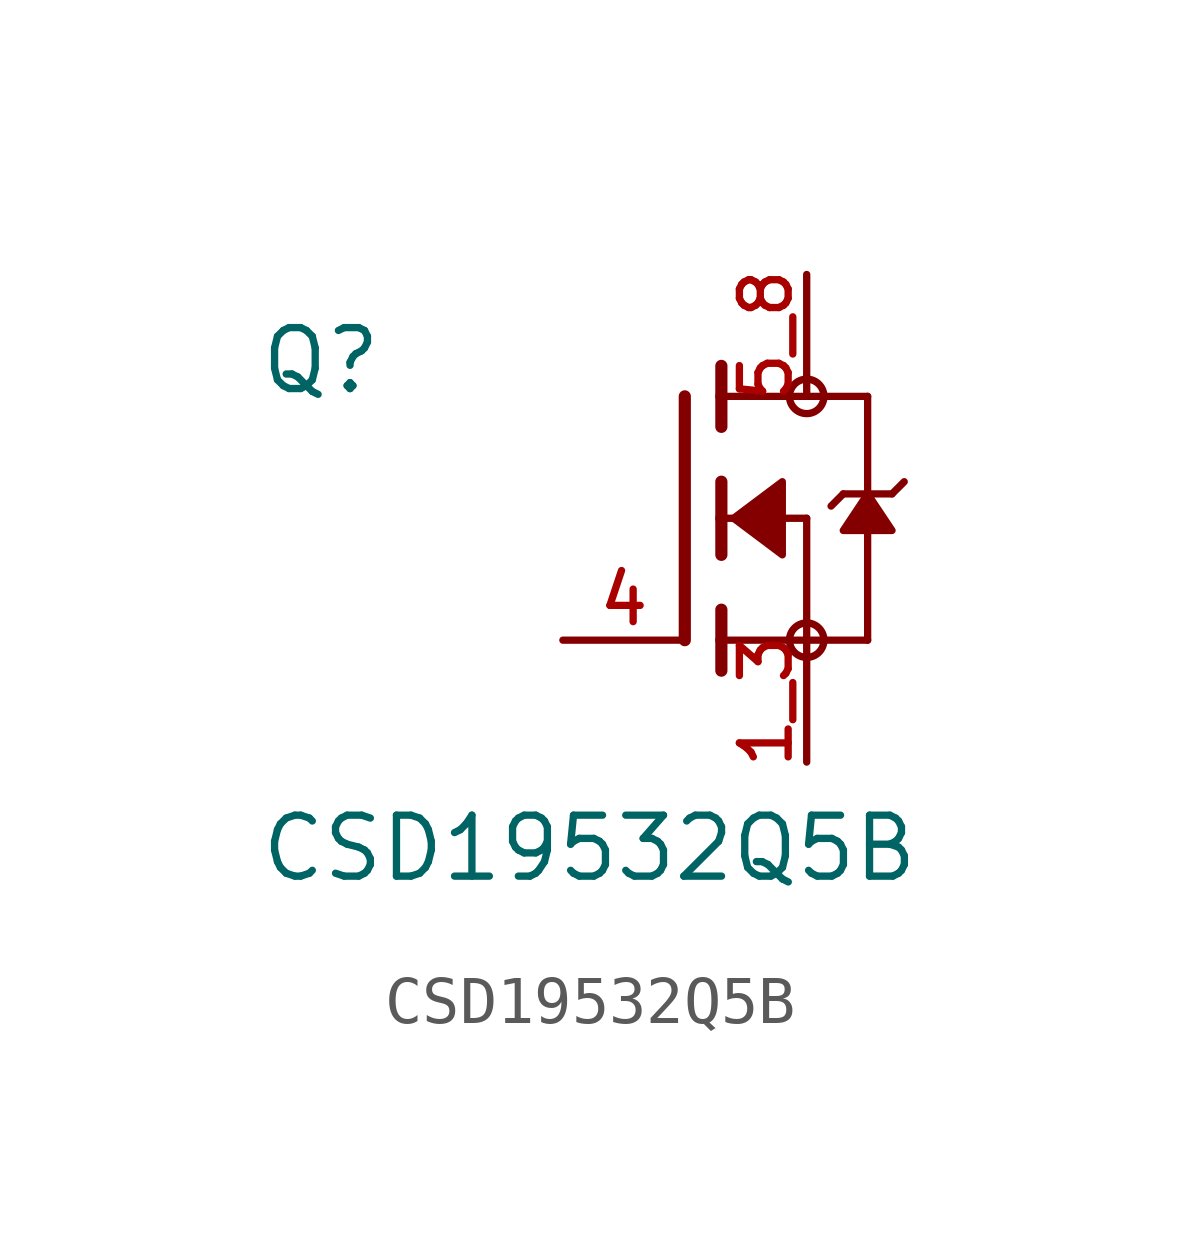
<source format=kicad_sym>
(kicad_symbol_lib
  (version 20241209)
  (generator "kicad_symbol_editor")
  (generator_version "9.0")
  (symbol "CSD19532Q5B"
    (pin_names
      (offset 1.016))
    (property "Reference" "Q"
      (at -8.89 2.54 0)
      (effects (font (size 1.27 1.27)) (justify left bottom)))
    (property "Value" "CSD19532Q5B"
      (at -8.89 -7.62 0)
      (effects (font (size 1.27 1.27)) (justify left bottom)))
    (symbol "CSD19532Q5B_0_0"
      (polyline (pts (xy 0 2.54) (xy 0 -2.54)) (stroke (width 0.254) (type default)) (fill (type none)))
      (polyline (pts (xy 0.762 3.175) (xy 0.762 2.54)) (stroke (width 0.254) (type default)) (fill (type none)))
      (polyline (pts (xy 0.762 2.54) (xy 0.762 1.905)) (stroke (width 0.254) (type default)) (fill (type none)))
      (polyline (pts (xy 0.762 2.54) (xy 3.81 2.54)) (stroke (width 0.152) (type default)) (fill (type none)))
      (polyline (pts (xy 0.762 0.762) (xy 0.762 0)) (stroke (width 0.254) (type default)) (fill (type none)))
      (polyline (pts (xy 0.762 0) (xy 0.762 -0.762)) (stroke (width 0.254) (type default)) (fill (type none)))
      (polyline (pts (xy 0.762 0) (xy 2.54 0)) (stroke (width 0.152) (type default)) (fill (type none)))
      (polyline (pts (xy 0.762 -1.905) (xy 0.762 -2.54)) (stroke (width 0.254) (type default)) (fill (type none)))
      (polyline (pts (xy 0.762 -2.54) (xy 0.762 -3.175)) (stroke (width 0.254) (type default)) (fill (type none)))
      (polyline (pts (xy 1.016 0) (xy 2.032 0.762) (xy 2.032 -0.762) (xy 1.016 0)) (stroke (width 0.152) (type default)) (fill (type outline)))
      (circle (center 2.54 2.54) (radius 0.359) (stroke (width 0) (type default)) (fill (type none)))
      (polyline (pts (xy 2.54 0) (xy 2.54 -2.54)) (stroke (width 0.152) (type default)) (fill (type none)))
      (polyline (pts (xy 2.54 -2.54) (xy 0.762 -2.54)) (stroke (width 0.152) (type default)) (fill (type none)))
      (polyline (pts (xy 2.54 -2.54) (xy 3.81 -2.54)) (stroke (width 0.152) (type default)) (fill (type none)))
      (circle (center 2.54 -2.54) (radius 0.359) (stroke (width 0) (type default)) (fill (type none)))
      (polyline (pts (xy 3.302 0.508) (xy 3.048 0.254)) (stroke (width 0.152) (type default)) (fill (type none)))
      (polyline (pts (xy 3.81 2.54) (xy 3.81 0.508)) (stroke (width 0.152) (type default)) (fill (type none)))
      (polyline (pts (xy 3.81 0.508) (xy 3.302 0.508)) (stroke (width 0.152) (type default)) (fill (type none)))
      (polyline (pts (xy 3.81 0.508) (xy 3.81 -2.54)) (stroke (width 0.152) (type default)) (fill (type none)))
      (polyline (pts (xy 3.81 0.508) (xy 3.302 -0.254) (xy 4.318 -0.254) (xy 3.81 0.508)) (stroke (width 0.152) (type default)) (fill (type outline)))
      (polyline (pts (xy 4.318 0.508) (xy 3.81 0.508)) (stroke (width 0.152) (type default)) (fill (type none)))
      (polyline (pts (xy 4.572 0.762) (xy 4.318 0.508)) (stroke (width 0.152) (type default)) (fill (type none)))
      (pin passive line (at -2.54 -2.54 0) (length 2.54) (name "~" (effects (font (size 1.016 1.016)))) (number "4" (effects (font (size 1.016 1.016)))))
      (pin passive line (at 2.54 5.08 270) (length 2.54) (name "~" (effects (font (size 1.016 1.016)))) (number "5_8" (effects (font (size 1.016 1.016)))))
      (pin passive line (at 2.54 -5.08 90) (length 2.54) (name "~" (effects (font (size 1.016 1.016)))) (number "1_3" (effects (font (size 1.016 1.016))))))))
</source>
